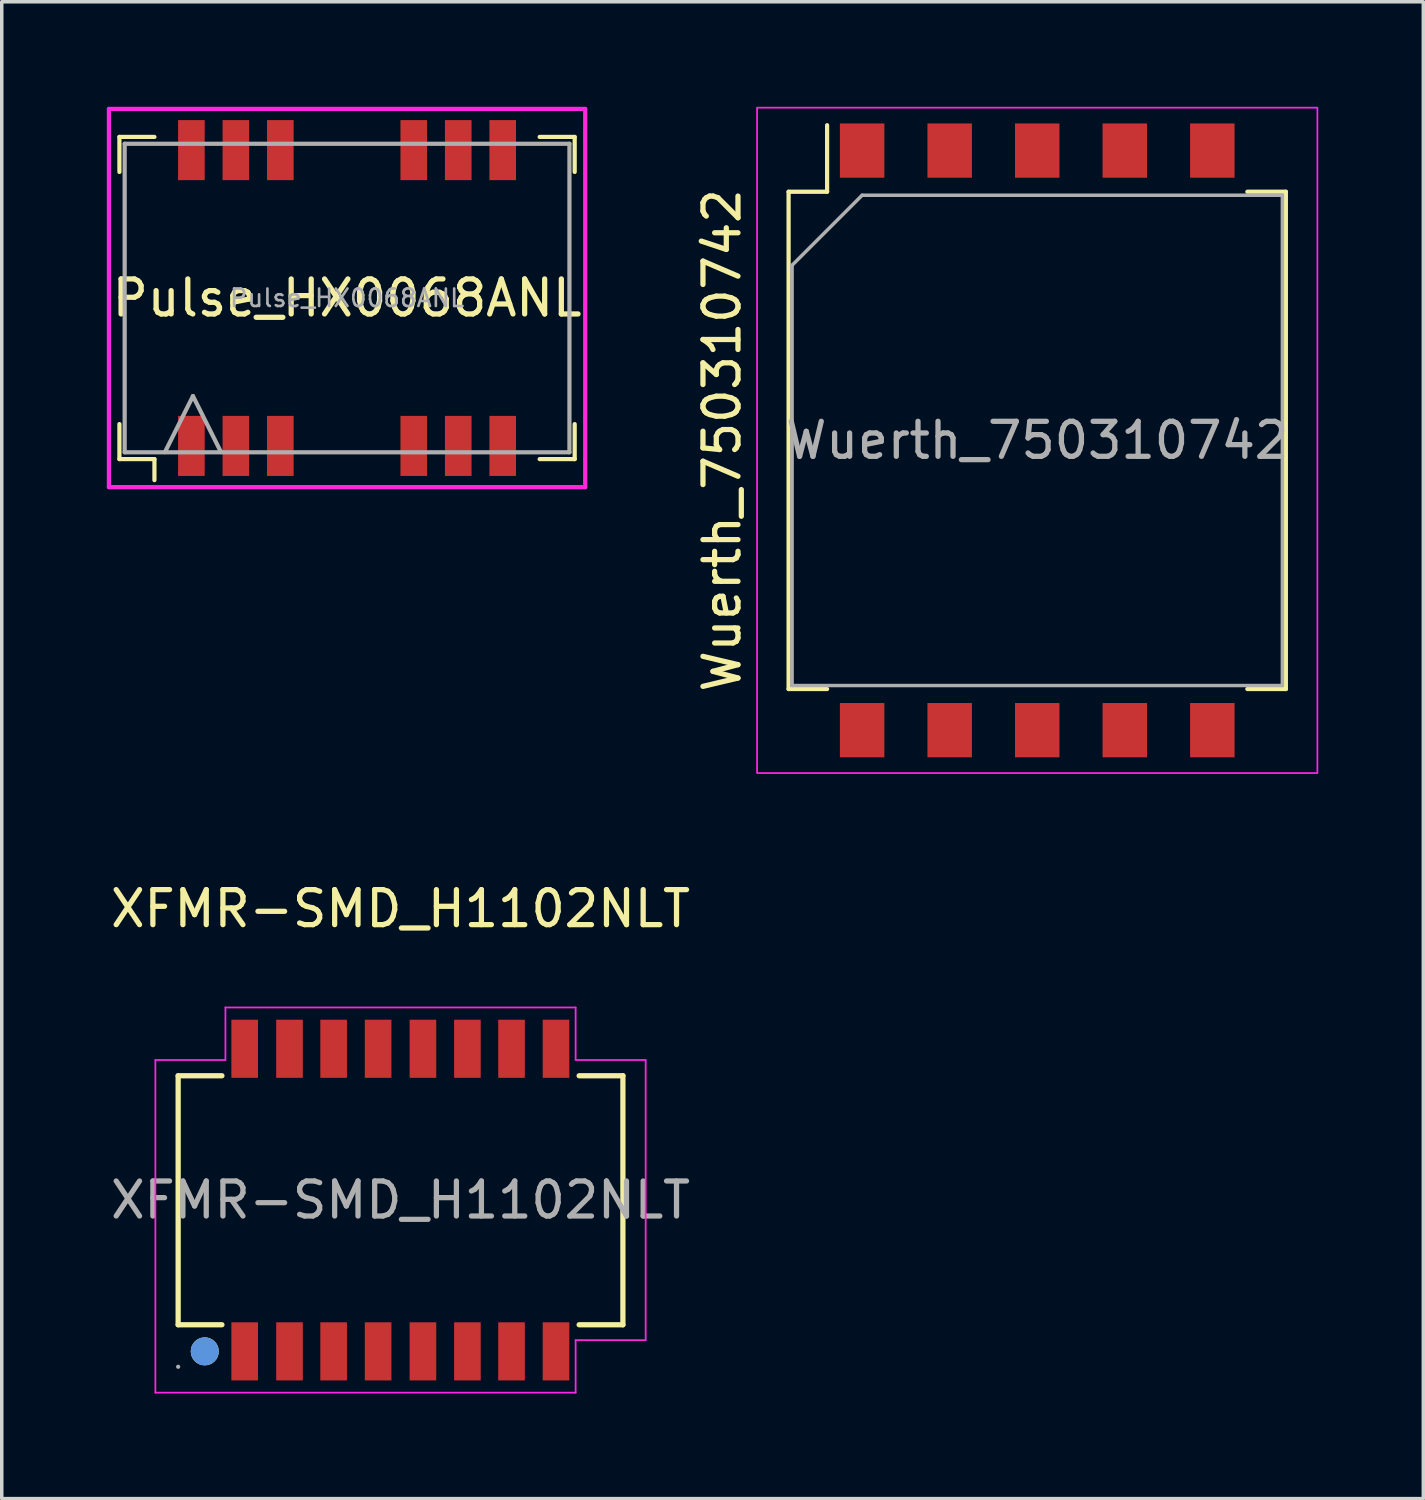
<source format=kicad_pcb>
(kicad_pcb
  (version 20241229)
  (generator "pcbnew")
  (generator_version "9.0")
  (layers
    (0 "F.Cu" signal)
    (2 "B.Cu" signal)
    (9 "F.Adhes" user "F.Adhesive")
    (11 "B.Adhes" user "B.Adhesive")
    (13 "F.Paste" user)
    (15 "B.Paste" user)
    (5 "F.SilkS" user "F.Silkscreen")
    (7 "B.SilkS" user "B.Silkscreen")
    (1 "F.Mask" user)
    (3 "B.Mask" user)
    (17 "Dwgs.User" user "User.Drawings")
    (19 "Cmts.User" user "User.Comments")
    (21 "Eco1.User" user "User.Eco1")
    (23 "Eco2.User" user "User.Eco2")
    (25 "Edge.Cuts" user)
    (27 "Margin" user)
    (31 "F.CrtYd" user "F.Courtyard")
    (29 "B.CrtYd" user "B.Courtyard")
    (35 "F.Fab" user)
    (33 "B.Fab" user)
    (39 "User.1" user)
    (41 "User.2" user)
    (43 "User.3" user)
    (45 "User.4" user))
  (footprint "Pulse_HX0068ANL"
    (layer "F.Cu")
    (at 6.86 5.46)
    (property "Reference" "Pulse_HX0068ANL" (at 0 0 0) (layer "F.SilkS") (effects (font (size 1 1) (thickness 0.15))))
    (attr smd)
    (fp_line (start -6.5 -4.6) (end -6.5 -3.6) (stroke (width 0.12) (type solid)) (layer "F.SilkS"))
    (fp_line (start -6.5 -4.6) (end -5.5 -4.6) (stroke (width 0.12) (type solid)) (layer "F.SilkS"))
    (fp_line (start -6.5 4.6) (end -6.5 3.6) (stroke (width 0.12) (type solid)) (layer "F.SilkS"))
    (fp_line (start -6.5 4.6) (end -5.5 4.6) (stroke (width 0.12) (type solid)) (layer "F.SilkS"))
    (fp_line (start -5.5 4.6) (end -5.5 5.2) (stroke (width 0.12) (type solid)) (layer "F.SilkS"))
    (fp_line (start 6.5 -4.6) (end 5.5 -4.6) (stroke (width 0.12) (type solid)) (layer "F.SilkS"))
    (fp_line (start 6.5 -4.6) (end 6.5 -3.6) (stroke (width 0.12) (type solid)) (layer "F.SilkS"))
    (fp_line (start 6.5 4.6) (end 5.5 4.6) (stroke (width 0.12) (type solid)) (layer "F.SilkS"))
    (fp_line (start 6.5 4.6) (end 6.5 3.6) (stroke (width 0.12) (type solid)) (layer "F.SilkS"))
    (fp_line (start -6.8 -5.4) (end 6.8 -5.4) (stroke (width 0.12) (type solid)) (layer "F.CrtYd"))
    (fp_line (start -6.8 5.4) (end -6.8 -5.4) (stroke (width 0.12) (type solid)) (layer "F.CrtYd"))
    (fp_line (start 6.8 -5.4) (end 6.8 5.4) (stroke (width 0.12) (type solid)) (layer "F.CrtYd"))
    (fp_line (start 6.8 5.4) (end -6.8 5.4) (stroke (width 0.12) (type solid)) (layer "F.CrtYd"))
    (fp_line (start -6.35 -4.405) (end -6.35 4.405) (stroke (width 0.12) (type solid)) (layer "F.Fab"))
    (fp_line (start -6.35 -4.405) (end 6.35 -4.405) (stroke (width 0.12) (type solid)) (layer "F.Fab"))
    (fp_line (start -6.35 4.405) (end 6.35 4.405) (stroke (width 0.12) (type solid)) (layer "F.Fab"))
    (fp_line (start -5.2 4.4) (end -4.4 2.8) (stroke (width 0.12) (type solid)) (layer "F.Fab"))
    (fp_line (start -4.4 2.8) (end -3.6 4.4) (stroke (width 0.12) (type solid)) (layer "F.Fab"))
    (fp_line (start 6.35 -4.405) (end 6.35 4.405) (stroke (width 0.12) (type solid)) (layer "F.Fab"))
    (fp_text user "${REFERENCE}" (at 0 0 0) (layer "F.Fab") (effects (font (size 0.5 0.5) (thickness 0.075))))
    (pad "1" smd rect (at -4.445 4.223) (size 0.76 1.715) (layers "F.Cu" "F.Mask" "F.Paste"))
    (pad "2" smd rect (at -3.175 4.223) (size 0.76 1.715) (layers "F.Cu" "F.Mask" "F.Paste"))
    (pad "3" smd rect (at -1.905 4.223) (size 0.76 1.715) (layers "F.Cu" "F.Mask" "F.Paste"))
    (pad "4" smd rect (at 1.905 4.223) (size 0.76 1.715) (layers "F.Cu" "F.Mask" "F.Paste"))
    (pad "5" smd rect (at 3.175 4.223) (size 0.76 1.715) (layers "F.Cu" "F.Mask" "F.Paste"))
    (pad "6" smd rect (at 4.445 4.223) (size 0.76 1.715) (layers "F.Cu" "F.Mask" "F.Paste"))
    (pad "7" smd rect (at 4.445 -4.223) (size 0.76 1.715) (layers "F.Cu" "F.Mask" "F.Paste"))
    (pad "8" smd rect (at 3.175 -4.223) (size 0.76 1.715) (layers "F.Cu" "F.Mask" "F.Paste"))
    (pad "9" smd rect (at 1.905 -4.223) (size 0.76 1.715) (layers "F.Cu" "F.Mask" "F.Paste"))
    (pad "10" smd rect (at -1.905 -4.223) (size 0.76 1.715) (layers "F.Cu" "F.Mask" "F.Paste"))
    (pad "11" smd rect (at -3.175 -4.223) (size 0.76 1.715) (layers "F.Cu" "F.Mask" "F.Paste"))
    (pad "12" smd rect (at -4.445 -4.223) (size 0.76 1.715) (layers "F.Cu" "F.Mask" "F.Paste")))
  (footprint "Wuerth_750310742"
    (layer "F.Cu")
    (at 26.568 9.525)
    (property "Reference" "Wuerth_750310742" (at -9 0 90) (unlocked yes) (layer "F.SilkS") (effects (font (size 1 1) (thickness 0.15))))
    (attr smd)
    (fp_line (start -7.1 -7.1) (end -6 -7.1) (stroke (width 0.12) (type solid)) (layer "F.SilkS"))
    (fp_line (start -7.1 7.1) (end -7.1 -7.1) (stroke (width 0.12) (type solid)) (layer "F.SilkS"))
    (fp_line (start -6 -7.1) (end -6 -9) (stroke (width 0.12) (type solid)) (layer "F.SilkS"))
    (fp_line (start -6 7.1) (end -7.1 7.1) (stroke (width 0.12) (type solid)) (layer "F.SilkS"))
    (fp_line (start 6 -7.1) (end 7.1 -7.1) (stroke (width 0.12) (type solid)) (layer "F.SilkS"))
    (fp_line (start 7.1 -7.1) (end 7.1 7.1) (stroke (width 0.12) (type solid)) (layer "F.SilkS"))
    (fp_line (start 7.1 7.1) (end 6 7.1) (stroke (width 0.12) (type solid)) (layer "F.SilkS"))
    (fp_rect (start -8 -9.5) (end 8 9.5) (stroke (width 0.05) (type solid)) (fill no) (layer "F.CrtYd"))
    (fp_line (start -7 -5) (end -7 7) (stroke (width 0.1) (type solid)) (layer "F.Fab"))
    (fp_line (start -7 7) (end 7 7) (stroke (width 0.1) (type solid)) (layer "F.Fab"))
    (fp_line (start -5 -7) (end -7 -5) (stroke (width 0.1) (type solid)) (layer "F.Fab"))
    (fp_line (start 7 -7) (end -5 -7) (stroke (width 0.1) (type solid)) (layer "F.Fab"))
    (fp_line (start 7 7) (end 7 -7) (stroke (width 0.1) (type solid)) (layer "F.Fab"))
    (fp_text user "${REFERENCE}" (at 0 0 0) (unlocked yes) (layer "F.Fab") (effects (font (size 1 1) (thickness 0.15))))
    (pad "1" smd rect (at -5 -8.275) (size 1.27 1.55) (layers "F.Cu" "F.Mask" "F.Paste"))
    (pad "2" smd rect (at -2.5 -8.275) (size 1.27 1.55) (layers "F.Cu" "F.Mask" "F.Paste"))
    (pad "3" smd rect (at 0 -8.275) (size 1.27 1.55) (layers "F.Cu" "F.Mask" "F.Paste"))
    (pad "4" smd rect (at 2.5 -8.275) (size 1.27 1.55) (layers "F.Cu" "F.Mask" "F.Paste"))
    (pad "5" smd rect (at 5 -8.275) (size 1.27 1.55) (layers "F.Cu" "F.Mask" "F.Paste"))
    (pad "6" smd rect (at 5 8.275) (size 1.27 1.55) (layers "F.Cu" "F.Mask" "F.Paste"))
    (pad "7" smd rect (at 2.5 8.275) (size 1.27 1.55) (layers "F.Cu" "F.Mask" "F.Paste"))
    (pad "8" smd rect (at 0 8.275) (size 1.27 1.55) (layers "F.Cu" "F.Mask" "F.Paste"))
    (pad "9" smd rect (at -2.5 8.275) (size 1.27 1.55) (layers "F.Cu" "F.Mask" "F.Paste"))
    (pad "10" smd rect (at -5 8.275) (size 1.27 1.55) (layers "F.Cu" "F.Mask" "F.Paste")))
  (footprint "XFMR-SMD_H1102NLT"
    (layer "F.Cu")
    (at 8.387 31.218)
    (property "Reference" "XFMR-SMD_H1102NLT" (at 0 -8.32 0) (layer "F.SilkS") (effects (font (size 1 1) (thickness 0.15))))
    (attr smd)
    (fp_line (start -6.35 3.56) (end -6.35 -3.55) (stroke (width 0.15) (type solid)) (layer "F.SilkS"))
    (fp_line (start -5.1 -3.55) (end -6.35 -3.55) (stroke (width 0.15) (type solid)) (layer "F.SilkS"))
    (fp_line (start -5.1 3.56) (end -6.35 3.56) (stroke (width 0.15) (type solid)) (layer "F.SilkS"))
    (fp_line (start 6.35 -3.55) (end 5.1 -3.55) (stroke (width 0.15) (type solid)) (layer "F.SilkS"))
    (fp_line (start 6.35 3.56) (end 5.1 3.56) (stroke (width 0.15) (type solid)) (layer "F.SilkS"))
    (fp_line (start 6.35 3.56) (end 6.35 -3.55) (stroke (width 0.15) (type solid)) (layer "F.SilkS"))
    (fp_circle (center -5.59 4.32) (end -5.39 4.32) (stroke (width 0.4) (type solid)) (fill no) (layer "F.SilkS"))
    (fp_circle (center -5.59 4.32) (end -5.39 4.32) (stroke (width 0.4) (type solid)) (fill no) (layer "Cmts.User"))
    (fp_line (start -7 -4) (end -5 -4) (stroke (width 0.05) (type default)) (layer "F.CrtYd"))
    (fp_line (start -7 5.5) (end -7 -4) (stroke (width 0.05) (type default)) (layer "F.CrtYd"))
    (fp_line (start -5 -5.5) (end 5 -5.5) (stroke (width 0.05) (type default)) (layer "F.CrtYd"))
    (fp_line (start -5 -4) (end -5 -5.5) (stroke (width 0.05) (type default)) (layer "F.CrtYd"))
    (fp_line (start 5 -5.5) (end 5 -4) (stroke (width 0.05) (type default)) (layer "F.CrtYd"))
    (fp_line (start 5 -4) (end 7 -4) (stroke (width 0.05) (type default)) (layer "F.CrtYd"))
    (fp_line (start 5 4) (end 5 5.5) (stroke (width 0.05) (type default)) (layer "F.CrtYd"))
    (fp_line (start 5 5.5) (end -7 5.5) (stroke (width 0.05) (type default)) (layer "F.CrtYd"))
    (fp_line (start 7 -4) (end 7 4) (stroke (width 0.05) (type default)) (layer "F.CrtYd"))
    (fp_line (start 7 4) (end 5 4) (stroke (width 0.05) (type default)) (layer "F.CrtYd"))
    (fp_circle (center -6.35 4.76) (end -6.32 4.76) (stroke (width 0.06) (type solid)) (fill no) (layer "F.Fab"))
    (fp_text user "${REFERENCE}" (at 0 0 0) (layer "F.Fab") (effects (font (size 1 1) (thickness 0.15))))
    (pad "1" smd rect (at -4.45 4.32 180) (size 0.76 1.66) (layers "F.Cu" "F.Mask" "F.Paste"))
    (pad "2" smd rect (at -3.17 4.32 180) (size 0.76 1.66) (layers "F.Cu" "F.Mask" "F.Paste"))
    (pad "3" smd rect (at -1.91 4.32 180) (size 0.76 1.66) (layers "F.Cu" "F.Mask" "F.Paste"))
    (pad "4" smd rect (at -0.64 4.32 180) (size 0.76 1.66) (layers "F.Cu" "F.Mask" "F.Paste"))
    (pad "5" smd rect (at 0.64 4.32 180) (size 0.76 1.66) (layers "F.Cu" "F.Mask" "F.Paste"))
    (pad "6" smd rect (at 1.91 4.32 180) (size 0.76 1.66) (layers "F.Cu" "F.Mask" "F.Paste"))
    (pad "7" smd rect (at 3.17 4.32 180) (size 0.76 1.66) (layers "F.Cu" "F.Mask" "F.Paste"))
    (pad "8" smd rect (at 4.44 4.32 180) (size 0.76 1.66) (layers "F.Cu" "F.Mask" "F.Paste"))
    (pad "9" smd rect (at 4.44 -4.32 180) (size 0.76 1.66) (layers "F.Cu" "F.Mask" "F.Paste"))
    (pad "10" smd rect (at 3.17 -4.32 180) (size 0.76 1.66) (layers "F.Cu" "F.Mask" "F.Paste"))
    (pad "11" smd rect (at 1.91 -4.32 180) (size 0.76 1.66) (layers "F.Cu" "F.Mask" "F.Paste"))
    (pad "12" smd rect (at 0.64 -4.32 180) (size 0.76 1.66) (layers "F.Cu" "F.Mask" "F.Paste"))
    (pad "13" smd rect (at -0.64 -4.32 180) (size 0.76 1.66) (layers "F.Cu" "F.Mask" "F.Paste"))
    (pad "14" smd rect (at -1.91 -4.32 180) (size 0.76 1.66) (layers "F.Cu" "F.Mask" "F.Paste"))
    (pad "15" smd rect (at -3.17 -4.32 180) (size 0.76 1.66) (layers "F.Cu" "F.Mask" "F.Paste"))
    (pad "16" smd rect (at -4.45 -4.32 180) (size 0.76 1.66) (layers "F.Cu" "F.Mask" "F.Paste")))
  (gr_rect
    (start -3 -3)
    (end 37.593 39.743)
    (stroke (width 0.1) (type default))
    (fill no)
    (layer "Edge.Cuts")))
</source>
